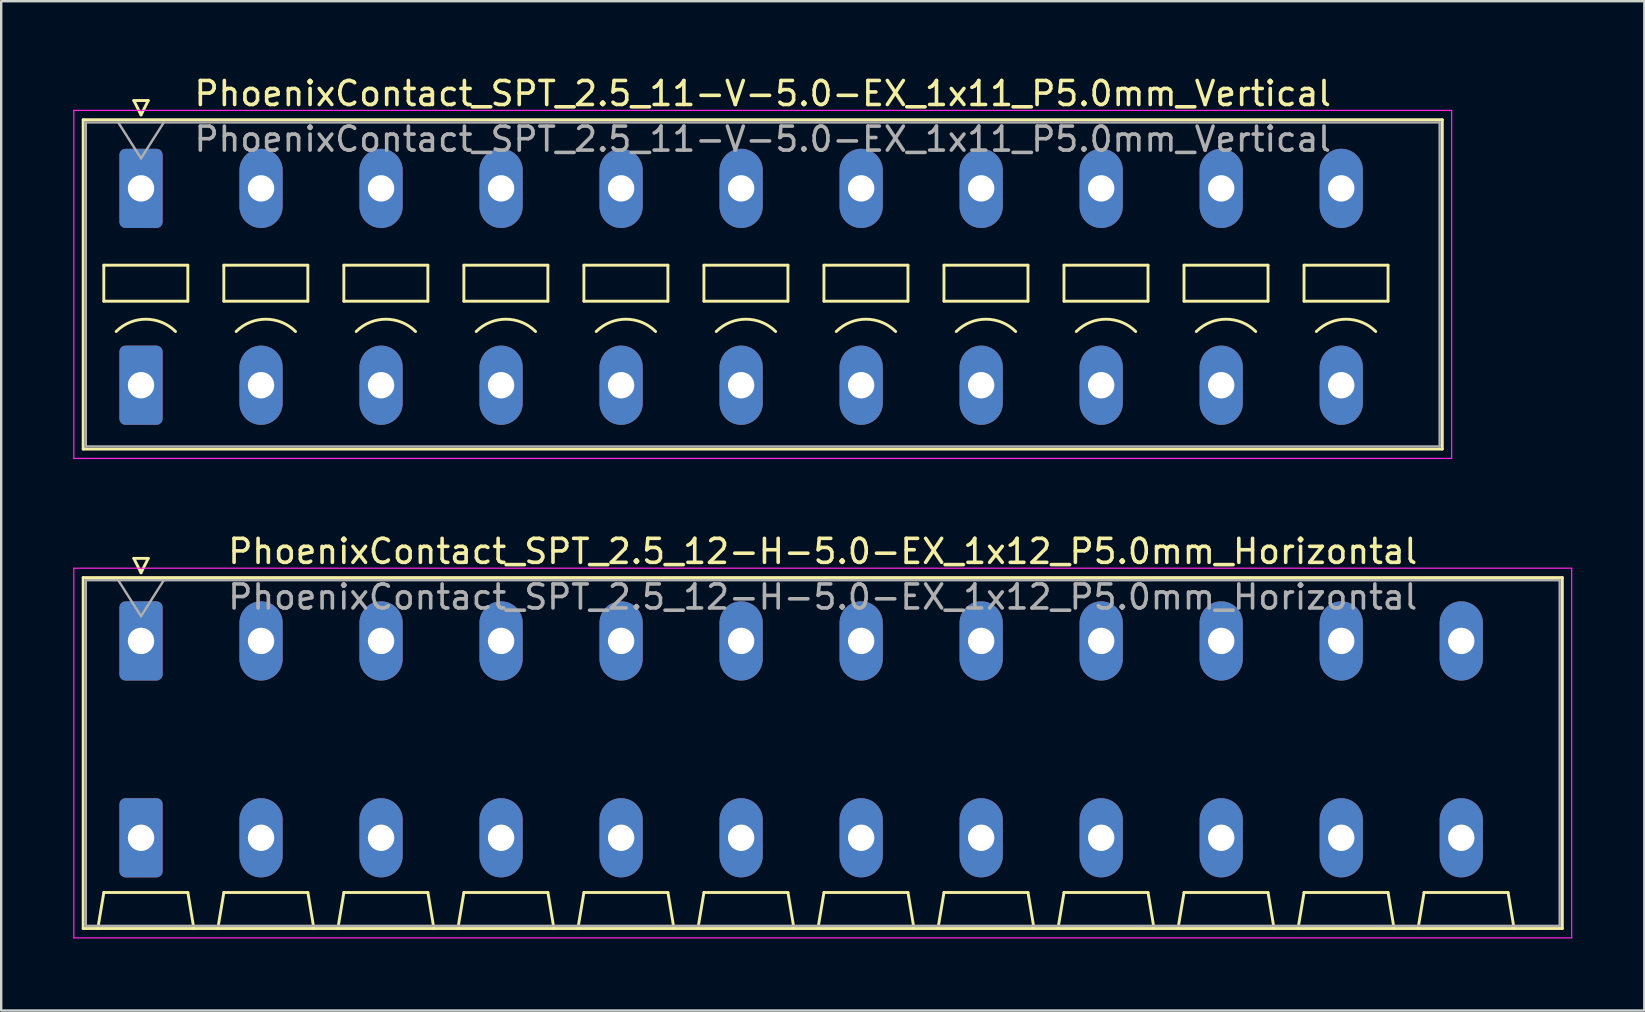
<source format=kicad_pcb>
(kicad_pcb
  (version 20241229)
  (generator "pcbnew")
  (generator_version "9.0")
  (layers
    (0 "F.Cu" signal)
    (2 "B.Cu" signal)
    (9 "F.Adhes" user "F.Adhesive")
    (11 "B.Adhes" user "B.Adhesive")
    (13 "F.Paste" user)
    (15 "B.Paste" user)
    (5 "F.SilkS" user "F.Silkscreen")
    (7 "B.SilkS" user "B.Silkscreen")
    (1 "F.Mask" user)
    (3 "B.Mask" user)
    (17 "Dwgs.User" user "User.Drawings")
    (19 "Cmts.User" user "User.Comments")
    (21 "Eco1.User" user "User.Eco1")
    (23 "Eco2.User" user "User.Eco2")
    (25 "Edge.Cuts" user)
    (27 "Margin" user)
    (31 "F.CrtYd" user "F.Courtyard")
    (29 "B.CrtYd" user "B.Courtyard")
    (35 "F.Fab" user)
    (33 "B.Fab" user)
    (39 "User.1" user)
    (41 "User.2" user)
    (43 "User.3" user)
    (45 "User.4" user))
  (footprint "PhoenixContact_SPT_2.5_11-V-5.0-EX_1x11_P5.0mm_Vertical"
    (layer "F.Cu")
    (at 2.825 4.798)
    (property "Reference" "PhoenixContact_SPT_2.5_11-V-5.0-EX_1x11_P5.0mm_Vertical" (at 25.9 -3.95 0) (layer "F.SilkS") (effects (font (size 1 1) (thickness 0.15))))
    (attr through_hole)
    (fp_line (start -2.41 -2.86) (end 54.21 -2.86) (stroke (width 0.12) (type solid)) (layer "F.SilkS"))
    (fp_line (start -2.41 10.86) (end -2.41 -2.86) (stroke (width 0.12) (type solid)) (layer "F.SilkS"))
    (fp_line (start -1.55 3.2) (end -1.55 4.7) (stroke (width 0.12) (type solid)) (layer "F.SilkS"))
    (fp_line (start -1.55 4.7) (end 1.95 4.7) (stroke (width 0.12) (type solid)) (layer "F.SilkS"))
    (fp_line (start -0.3 -3.66) (end 0 -3.06) (stroke (width 0.12) (type solid)) (layer "F.SilkS"))
    (fp_line (start -0.3 -3.66) (end 0.3 -3.66) (stroke (width 0.12) (type solid)) (layer "F.SilkS"))
    (fp_line (start 0.3 -3.66) (end 0 -3.06) (stroke (width 0.12) (type solid)) (layer "F.SilkS"))
    (fp_line (start 1.95 3.2) (end -1.55 3.2) (stroke (width 0.12) (type solid)) (layer "F.SilkS"))
    (fp_line (start 1.95 4.7) (end 1.95 3.2) (stroke (width 0.12) (type solid)) (layer "F.SilkS"))
    (fp_line (start 3.45 3.2) (end 3.45 4.7) (stroke (width 0.12) (type solid)) (layer "F.SilkS"))
    (fp_line (start 3.45 4.7) (end 6.95 4.7) (stroke (width 0.12) (type solid)) (layer "F.SilkS"))
    (fp_line (start 6.95 3.2) (end 3.45 3.2) (stroke (width 0.12) (type solid)) (layer "F.SilkS"))
    (fp_line (start 6.95 4.7) (end 6.95 3.2) (stroke (width 0.12) (type solid)) (layer "F.SilkS"))
    (fp_line (start 8.45 3.2) (end 8.45 4.7) (stroke (width 0.12) (type solid)) (layer "F.SilkS"))
    (fp_line (start 8.45 4.7) (end 11.95 4.7) (stroke (width 0.12) (type solid)) (layer "F.SilkS"))
    (fp_line (start 11.95 3.2) (end 8.45 3.2) (stroke (width 0.12) (type solid)) (layer "F.SilkS"))
    (fp_line (start 11.95 4.7) (end 11.95 3.2) (stroke (width 0.12) (type solid)) (layer "F.SilkS"))
    (fp_line (start 13.45 3.2) (end 13.45 4.7) (stroke (width 0.12) (type solid)) (layer "F.SilkS"))
    (fp_line (start 13.45 4.7) (end 16.95 4.7) (stroke (width 0.12) (type solid)) (layer "F.SilkS"))
    (fp_line (start 16.95 3.2) (end 13.45 3.2) (stroke (width 0.12) (type solid)) (layer "F.SilkS"))
    (fp_line (start 16.95 4.7) (end 16.95 3.2) (stroke (width 0.12) (type solid)) (layer "F.SilkS"))
    (fp_line (start 18.45 3.2) (end 18.45 4.7) (stroke (width 0.12) (type solid)) (layer "F.SilkS"))
    (fp_line (start 18.45 4.7) (end 21.95 4.7) (stroke (width 0.12) (type solid)) (layer "F.SilkS"))
    (fp_line (start 21.95 3.2) (end 18.45 3.2) (stroke (width 0.12) (type solid)) (layer "F.SilkS"))
    (fp_line (start 21.95 4.7) (end 21.95 3.2) (stroke (width 0.12) (type solid)) (layer "F.SilkS"))
    (fp_line (start 23.45 3.2) (end 23.45 4.7) (stroke (width 0.12) (type solid)) (layer "F.SilkS"))
    (fp_line (start 23.45 4.7) (end 26.95 4.7) (stroke (width 0.12) (type solid)) (layer "F.SilkS"))
    (fp_line (start 26.95 3.2) (end 23.45 3.2) (stroke (width 0.12) (type solid)) (layer "F.SilkS"))
    (fp_line (start 26.95 4.7) (end 26.95 3.2) (stroke (width 0.12) (type solid)) (layer "F.SilkS"))
    (fp_line (start 28.45 3.2) (end 28.45 4.7) (stroke (width 0.12) (type solid)) (layer "F.SilkS"))
    (fp_line (start 28.45 4.7) (end 31.95 4.7) (stroke (width 0.12) (type solid)) (layer "F.SilkS"))
    (fp_line (start 31.95 3.2) (end 28.45 3.2) (stroke (width 0.12) (type solid)) (layer "F.SilkS"))
    (fp_line (start 31.95 4.7) (end 31.95 3.2) (stroke (width 0.12) (type solid)) (layer "F.SilkS"))
    (fp_line (start 33.45 3.2) (end 33.45 4.7) (stroke (width 0.12) (type solid)) (layer "F.SilkS"))
    (fp_line (start 33.45 4.7) (end 36.95 4.7) (stroke (width 0.12) (type solid)) (layer "F.SilkS"))
    (fp_line (start 36.95 3.2) (end 33.45 3.2) (stroke (width 0.12) (type solid)) (layer "F.SilkS"))
    (fp_line (start 36.95 4.7) (end 36.95 3.2) (stroke (width 0.12) (type solid)) (layer "F.SilkS"))
    (fp_line (start 38.45 3.2) (end 38.45 4.7) (stroke (width 0.12) (type solid)) (layer "F.SilkS"))
    (fp_line (start 38.45 4.7) (end 41.95 4.7) (stroke (width 0.12) (type solid)) (layer "F.SilkS"))
    (fp_line (start 41.95 3.2) (end 38.45 3.2) (stroke (width 0.12) (type solid)) (layer "F.SilkS"))
    (fp_line (start 41.95 4.7) (end 41.95 3.2) (stroke (width 0.12) (type solid)) (layer "F.SilkS"))
    (fp_line (start 43.45 3.2) (end 43.45 4.7) (stroke (width 0.12) (type solid)) (layer "F.SilkS"))
    (fp_line (start 43.45 4.7) (end 46.95 4.7) (stroke (width 0.12) (type solid)) (layer "F.SilkS"))
    (fp_line (start 46.95 3.2) (end 43.45 3.2) (stroke (width 0.12) (type solid)) (layer "F.SilkS"))
    (fp_line (start 46.95 4.7) (end 46.95 3.2) (stroke (width 0.12) (type solid)) (layer "F.SilkS"))
    (fp_line (start 48.45 3.2) (end 48.45 4.7) (stroke (width 0.12) (type solid)) (layer "F.SilkS"))
    (fp_line (start 48.45 4.7) (end 51.95 4.7) (stroke (width 0.12) (type solid)) (layer "F.SilkS"))
    (fp_line (start 51.95 3.2) (end 48.45 3.2) (stroke (width 0.12) (type solid)) (layer "F.SilkS"))
    (fp_line (start 51.95 4.7) (end 51.95 3.2) (stroke (width 0.12) (type solid)) (layer "F.SilkS"))
    (fp_line (start 54.21 -2.86) (end 54.21 10.86) (stroke (width 0.12) (type solid)) (layer "F.SilkS"))
    (fp_line (start 54.21 10.86) (end -2.41 10.86) (stroke (width 0.12) (type solid)) (layer "F.SilkS"))
    (fp_arc (start -1.037437 5.962563) (mid 0.2 5.45) (end 1.437437 5.962563) (stroke (width 0.12) (type solid)) (layer "F.SilkS"))
    (fp_arc (start 3.962563 5.962563) (mid 5.2 5.45) (end 6.437437 5.962563) (stroke (width 0.12) (type solid)) (layer "F.SilkS"))
    (fp_arc (start 8.962563 5.962563) (mid 10.2 5.45) (end 11.437437 5.962563) (stroke (width 0.12) (type solid)) (layer "F.SilkS"))
    (fp_arc (start 13.962563 5.962563) (mid 15.2 5.45) (end 16.437437 5.962563) (stroke (width 0.12) (type solid)) (layer "F.SilkS"))
    (fp_arc (start 18.962563 5.962563) (mid 20.2 5.45) (end 21.437437 5.962563) (stroke (width 0.12) (type solid)) (layer "F.SilkS"))
    (fp_arc (start 23.962563 5.962563) (mid 25.2 5.45) (end 26.437437 5.962563) (stroke (width 0.12) (type solid)) (layer "F.SilkS"))
    (fp_arc (start 28.962563 5.962563) (mid 30.2 5.45) (end 31.437437 5.962563) (stroke (width 0.12) (type solid)) (layer "F.SilkS"))
    (fp_arc (start 33.962563 5.962563) (mid 35.2 5.45) (end 36.437437 5.962563) (stroke (width 0.12) (type solid)) (layer "F.SilkS"))
    (fp_arc (start 38.962563 5.962563) (mid 40.2 5.45) (end 41.437437 5.962563) (stroke (width 0.12) (type solid)) (layer "F.SilkS"))
    (fp_arc (start 43.962563 5.962563) (mid 45.2 5.45) (end 46.437437 5.962563) (stroke (width 0.12) (type solid)) (layer "F.SilkS"))
    (fp_arc (start 48.962563 5.962563) (mid 50.2 5.45) (end 51.437437 5.962563) (stroke (width 0.12) (type solid)) (layer "F.SilkS"))
    (fp_line (start -2.8 -3.25) (end -2.8 11.25) (stroke (width 0.05) (type solid)) (layer "F.CrtYd"))
    (fp_line (start -2.8 11.25) (end 54.6 11.25) (stroke (width 0.05) (type solid)) (layer "F.CrtYd"))
    (fp_line (start 54.6 -3.25) (end -2.8 -3.25) (stroke (width 0.05) (type solid)) (layer "F.CrtYd"))
    (fp_line (start 54.6 11.25) (end 54.6 -3.25) (stroke (width 0.05) (type solid)) (layer "F.CrtYd"))
    (fp_line (start -2.3 -2.75) (end -2.3 10.75) (stroke (width 0.1) (type solid)) (layer "F.Fab"))
    (fp_line (start -2.3 10.75) (end 54.1 10.75) (stroke (width 0.1) (type solid)) (layer "F.Fab"))
    (fp_line (start -0.95 -2.75) (end 0 -1.25) (stroke (width 0.1) (type solid)) (layer "F.Fab"))
    (fp_line (start 0.95 -2.75) (end 0 -1.25) (stroke (width 0.1) (type solid)) (layer "F.Fab"))
    (fp_line (start 54.1 -2.75) (end -2.3 -2.75) (stroke (width 0.1) (type solid)) (layer "F.Fab"))
    (fp_line (start 54.1 10.75) (end 54.1 -2.75) (stroke (width 0.1) (type solid)) (layer "F.Fab"))
    (fp_text user "${REFERENCE}" (at 25.9 -2.05 0) (layer "F.Fab") (effects (font (size 1 1) (thickness 0.15))))
    (pad "1" thru_hole roundrect (at 0 0) (size 1.8 3.3) (drill 1.1) (layers "*.Cu" "*.Mask") (roundrect_rratio 0.139))
    (pad "1" thru_hole roundrect (at 0 8.2) (size 1.8 3.3) (drill 1.1) (layers "*.Cu" "*.Mask") (roundrect_rratio 0.139))
    (pad "2" thru_hole oval (at 5 0) (size 1.8 3.3) (drill 1.1) (layers "*.Cu" "*.Mask"))
    (pad "2" thru_hole oval (at 5 8.2) (size 1.8 3.3) (drill 1.1) (layers "*.Cu" "*.Mask"))
    (pad "3" thru_hole oval (at 10 0) (size 1.8 3.3) (drill 1.1) (layers "*.Cu" "*.Mask"))
    (pad "3" thru_hole oval (at 10 8.2) (size 1.8 3.3) (drill 1.1) (layers "*.Cu" "*.Mask"))
    (pad "4" thru_hole oval (at 15 0) (size 1.8 3.3) (drill 1.1) (layers "*.Cu" "*.Mask"))
    (pad "4" thru_hole oval (at 15 8.2) (size 1.8 3.3) (drill 1.1) (layers "*.Cu" "*.Mask"))
    (pad "5" thru_hole oval (at 20 0) (size 1.8 3.3) (drill 1.1) (layers "*.Cu" "*.Mask"))
    (pad "5" thru_hole oval (at 20 8.2) (size 1.8 3.3) (drill 1.1) (layers "*.Cu" "*.Mask"))
    (pad "6" thru_hole oval (at 25 0) (size 1.8 3.3) (drill 1.1) (layers "*.Cu" "*.Mask"))
    (pad "6" thru_hole oval (at 25 8.2) (size 1.8 3.3) (drill 1.1) (layers "*.Cu" "*.Mask"))
    (pad "7" thru_hole oval (at 30 0) (size 1.8 3.3) (drill 1.1) (layers "*.Cu" "*.Mask"))
    (pad "7" thru_hole oval (at 30 8.2) (size 1.8 3.3) (drill 1.1) (layers "*.Cu" "*.Mask"))
    (pad "8" thru_hole oval (at 35 0) (size 1.8 3.3) (drill 1.1) (layers "*.Cu" "*.Mask"))
    (pad "8" thru_hole oval (at 35 8.2) (size 1.8 3.3) (drill 1.1) (layers "*.Cu" "*.Mask"))
    (pad "9" thru_hole oval (at 40 0) (size 1.8 3.3) (drill 1.1) (layers "*.Cu" "*.Mask"))
    (pad "9" thru_hole oval (at 40 8.2) (size 1.8 3.3) (drill 1.1) (layers "*.Cu" "*.Mask"))
    (pad "10" thru_hole oval (at 45 0) (size 1.8 3.3) (drill 1.1) (layers "*.Cu" "*.Mask"))
    (pad "10" thru_hole oval (at 45 8.2) (size 1.8 3.3) (drill 1.1) (layers "*.Cu" "*.Mask"))
    (pad "11" thru_hole oval (at 50 0) (size 1.8 3.3) (drill 1.1) (layers "*.Cu" "*.Mask"))
    (pad "11" thru_hole oval (at 50 8.2) (size 1.8 3.3) (drill 1.1) (layers "*.Cu" "*.Mask")))
  (footprint "PhoenixContact_SPT_2.5_12-H-5.0-EX_1x12_P5.0mm_Horizontal"
    (layer "F.Cu")
    (at 2.825 23.651)
    (property "Reference" "PhoenixContact_SPT_2.5_12-H-5.0-EX_1x12_P5.0mm_Horizontal" (at 28.4 -3.73 0) (layer "F.SilkS") (effects (font (size 1 1) (thickness 0.15))))
    (attr through_hole)
    (fp_line (start -2.41 -2.64) (end 59.21 -2.64) (stroke (width 0.12) (type solid)) (layer "F.SilkS"))
    (fp_line (start -2.41 11.98) (end -2.41 -2.64) (stroke (width 0.12) (type solid)) (layer "F.SilkS"))
    (fp_line (start -1.8 11.98) (end -1.55 10.48) (stroke (width 0.12) (type solid)) (layer "F.SilkS"))
    (fp_line (start -1.55 10.48) (end 1.95 10.48) (stroke (width 0.12) (type solid)) (layer "F.SilkS"))
    (fp_line (start -0.3 -3.44) (end 0 -2.84) (stroke (width 0.12) (type solid)) (layer "F.SilkS"))
    (fp_line (start -0.3 -3.44) (end 0.3 -3.44) (stroke (width 0.12) (type solid)) (layer "F.SilkS"))
    (fp_line (start 0.3 -3.44) (end 0 -2.84) (stroke (width 0.12) (type solid)) (layer "F.SilkS"))
    (fp_line (start 2.2 11.98) (end 1.95 10.48) (stroke (width 0.12) (type solid)) (layer "F.SilkS"))
    (fp_line (start 3.2 11.98) (end 3.45 10.48) (stroke (width 0.12) (type solid)) (layer "F.SilkS"))
    (fp_line (start 3.45 10.48) (end 6.95 10.48) (stroke (width 0.12) (type solid)) (layer "F.SilkS"))
    (fp_line (start 7.2 11.98) (end 6.95 10.48) (stroke (width 0.12) (type solid)) (layer "F.SilkS"))
    (fp_line (start 8.2 11.98) (end 8.45 10.48) (stroke (width 0.12) (type solid)) (layer "F.SilkS"))
    (fp_line (start 8.45 10.48) (end 11.95 10.48) (stroke (width 0.12) (type solid)) (layer "F.SilkS"))
    (fp_line (start 12.2 11.98) (end 11.95 10.48) (stroke (width 0.12) (type solid)) (layer "F.SilkS"))
    (fp_line (start 13.2 11.98) (end 13.45 10.48) (stroke (width 0.12) (type solid)) (layer "F.SilkS"))
    (fp_line (start 13.45 10.48) (end 16.95 10.48) (stroke (width 0.12) (type solid)) (layer "F.SilkS"))
    (fp_line (start 17.2 11.98) (end 16.95 10.48) (stroke (width 0.12) (type solid)) (layer "F.SilkS"))
    (fp_line (start 18.2 11.98) (end 18.45 10.48) (stroke (width 0.12) (type solid)) (layer "F.SilkS"))
    (fp_line (start 18.45 10.48) (end 21.95 10.48) (stroke (width 0.12) (type solid)) (layer "F.SilkS"))
    (fp_line (start 22.2 11.98) (end 21.95 10.48) (stroke (width 0.12) (type solid)) (layer "F.SilkS"))
    (fp_line (start 23.2 11.98) (end 23.45 10.48) (stroke (width 0.12) (type solid)) (layer "F.SilkS"))
    (fp_line (start 23.45 10.48) (end 26.95 10.48) (stroke (width 0.12) (type solid)) (layer "F.SilkS"))
    (fp_line (start 27.2 11.98) (end 26.95 10.48) (stroke (width 0.12) (type solid)) (layer "F.SilkS"))
    (fp_line (start 28.2 11.98) (end 28.45 10.48) (stroke (width 0.12) (type solid)) (layer "F.SilkS"))
    (fp_line (start 28.45 10.48) (end 31.95 10.48) (stroke (width 0.12) (type solid)) (layer "F.SilkS"))
    (fp_line (start 32.2 11.98) (end 31.95 10.48) (stroke (width 0.12) (type solid)) (layer "F.SilkS"))
    (fp_line (start 33.2 11.98) (end 33.45 10.48) (stroke (width 0.12) (type solid)) (layer "F.SilkS"))
    (fp_line (start 33.45 10.48) (end 36.95 10.48) (stroke (width 0.12) (type solid)) (layer "F.SilkS"))
    (fp_line (start 37.2 11.98) (end 36.95 10.48) (stroke (width 0.12) (type solid)) (layer "F.SilkS"))
    (fp_line (start 38.2 11.98) (end 38.45 10.48) (stroke (width 0.12) (type solid)) (layer "F.SilkS"))
    (fp_line (start 38.45 10.48) (end 41.95 10.48) (stroke (width 0.12) (type solid)) (layer "F.SilkS"))
    (fp_line (start 42.2 11.98) (end 41.95 10.48) (stroke (width 0.12) (type solid)) (layer "F.SilkS"))
    (fp_line (start 43.2 11.98) (end 43.45 10.48) (stroke (width 0.12) (type solid)) (layer "F.SilkS"))
    (fp_line (start 43.45 10.48) (end 46.95 10.48) (stroke (width 0.12) (type solid)) (layer "F.SilkS"))
    (fp_line (start 47.2 11.98) (end 46.95 10.48) (stroke (width 0.12) (type solid)) (layer "F.SilkS"))
    (fp_line (start 48.2 11.98) (end 48.45 10.48) (stroke (width 0.12) (type solid)) (layer "F.SilkS"))
    (fp_line (start 48.45 10.48) (end 51.95 10.48) (stroke (width 0.12) (type solid)) (layer "F.SilkS"))
    (fp_line (start 52.2 11.98) (end 51.95 10.48) (stroke (width 0.12) (type solid)) (layer "F.SilkS"))
    (fp_line (start 53.2 11.98) (end 53.45 10.48) (stroke (width 0.12) (type solid)) (layer "F.SilkS"))
    (fp_line (start 53.45 10.48) (end 56.95 10.48) (stroke (width 0.12) (type solid)) (layer "F.SilkS"))
    (fp_line (start 57.2 11.98) (end 56.95 10.48) (stroke (width 0.12) (type solid)) (layer "F.SilkS"))
    (fp_line (start 59.21 -2.64) (end 59.21 11.98) (stroke (width 0.12) (type solid)) (layer "F.SilkS"))
    (fp_line (start 59.21 11.98) (end -2.41 11.98) (stroke (width 0.12) (type solid)) (layer "F.SilkS"))
    (fp_line (start -2.8 -3.03) (end -2.8 12.37) (stroke (width 0.05) (type solid)) (layer "F.CrtYd"))
    (fp_line (start -2.8 12.37) (end 59.6 12.37) (stroke (width 0.05) (type solid)) (layer "F.CrtYd"))
    (fp_line (start 59.6 -3.03) (end -2.8 -3.03) (stroke (width 0.05) (type solid)) (layer "F.CrtYd"))
    (fp_line (start 59.6 12.37) (end 59.6 -3.03) (stroke (width 0.05) (type solid)) (layer "F.CrtYd"))
    (fp_line (start -2.3 -2.53) (end -2.3 11.87) (stroke (width 0.1) (type solid)) (layer "F.Fab"))
    (fp_line (start -2.3 11.87) (end 59.1 11.87) (stroke (width 0.1) (type solid)) (layer "F.Fab"))
    (fp_line (start -0.95 -2.53) (end 0 -1.03) (stroke (width 0.1) (type solid)) (layer "F.Fab"))
    (fp_line (start 0.95 -2.53) (end 0 -1.03) (stroke (width 0.1) (type solid)) (layer "F.Fab"))
    (fp_line (start 59.1 -2.53) (end -2.3 -2.53) (stroke (width 0.1) (type solid)) (layer "F.Fab"))
    (fp_line (start 59.1 11.87) (end 59.1 -2.53) (stroke (width 0.1) (type solid)) (layer "F.Fab"))
    (fp_text user "${REFERENCE}" (at 28.4 -1.83 0) (layer "F.Fab") (effects (font (size 1 1) (thickness 0.15))))
    (pad "1" thru_hole roundrect (at 0 0) (size 1.8 3.3) (drill 1.1) (layers "*.Cu" "*.Mask") (roundrect_rratio 0.139))
    (pad "1" thru_hole roundrect (at 0 8.2) (size 1.8 3.3) (drill 1.1) (layers "*.Cu" "*.Mask") (roundrect_rratio 0.139))
    (pad "2" thru_hole oval (at 5 0) (size 1.8 3.3) (drill 1.1) (layers "*.Cu" "*.Mask"))
    (pad "2" thru_hole oval (at 5 8.2) (size 1.8 3.3) (drill 1.1) (layers "*.Cu" "*.Mask"))
    (pad "3" thru_hole oval (at 10 0) (size 1.8 3.3) (drill 1.1) (layers "*.Cu" "*.Mask"))
    (pad "3" thru_hole oval (at 10 8.2) (size 1.8 3.3) (drill 1.1) (layers "*.Cu" "*.Mask"))
    (pad "4" thru_hole oval (at 15 0) (size 1.8 3.3) (drill 1.1) (layers "*.Cu" "*.Mask"))
    (pad "4" thru_hole oval (at 15 8.2) (size 1.8 3.3) (drill 1.1) (layers "*.Cu" "*.Mask"))
    (pad "5" thru_hole oval (at 20 0) (size 1.8 3.3) (drill 1.1) (layers "*.Cu" "*.Mask"))
    (pad "5" thru_hole oval (at 20 8.2) (size 1.8 3.3) (drill 1.1) (layers "*.Cu" "*.Mask"))
    (pad "6" thru_hole oval (at 25 0) (size 1.8 3.3) (drill 1.1) (layers "*.Cu" "*.Mask"))
    (pad "6" thru_hole oval (at 25 8.2) (size 1.8 3.3) (drill 1.1) (layers "*.Cu" "*.Mask"))
    (pad "7" thru_hole oval (at 30 0) (size 1.8 3.3) (drill 1.1) (layers "*.Cu" "*.Mask"))
    (pad "7" thru_hole oval (at 30 8.2) (size 1.8 3.3) (drill 1.1) (layers "*.Cu" "*.Mask"))
    (pad "8" thru_hole oval (at 35 0) (size 1.8 3.3) (drill 1.1) (layers "*.Cu" "*.Mask"))
    (pad "8" thru_hole oval (at 35 8.2) (size 1.8 3.3) (drill 1.1) (layers "*.Cu" "*.Mask"))
    (pad "9" thru_hole oval (at 40 0) (size 1.8 3.3) (drill 1.1) (layers "*.Cu" "*.Mask"))
    (pad "9" thru_hole oval (at 40 8.2) (size 1.8 3.3) (drill 1.1) (layers "*.Cu" "*.Mask"))
    (pad "10" thru_hole oval (at 45 0) (size 1.8 3.3) (drill 1.1) (layers "*.Cu" "*.Mask"))
    (pad "10" thru_hole oval (at 45 8.2) (size 1.8 3.3) (drill 1.1) (layers "*.Cu" "*.Mask"))
    (pad "11" thru_hole oval (at 50 0) (size 1.8 3.3) (drill 1.1) (layers "*.Cu" "*.Mask"))
    (pad "11" thru_hole oval (at 50 8.2) (size 1.8 3.3) (drill 1.1) (layers "*.Cu" "*.Mask"))
    (pad "12" thru_hole oval (at 55 0) (size 1.8 3.3) (drill 1.1) (layers "*.Cu" "*.Mask"))
    (pad "12" thru_hole oval (at 55 8.2) (size 1.8 3.3) (drill 1.1) (layers "*.Cu" "*.Mask")))
  (gr_rect
    (start -3 -3)
    (end 65.45 39.047)
    (stroke (width 0.1) (type default))
    (fill no)
    (layer "Edge.Cuts")))
</source>
